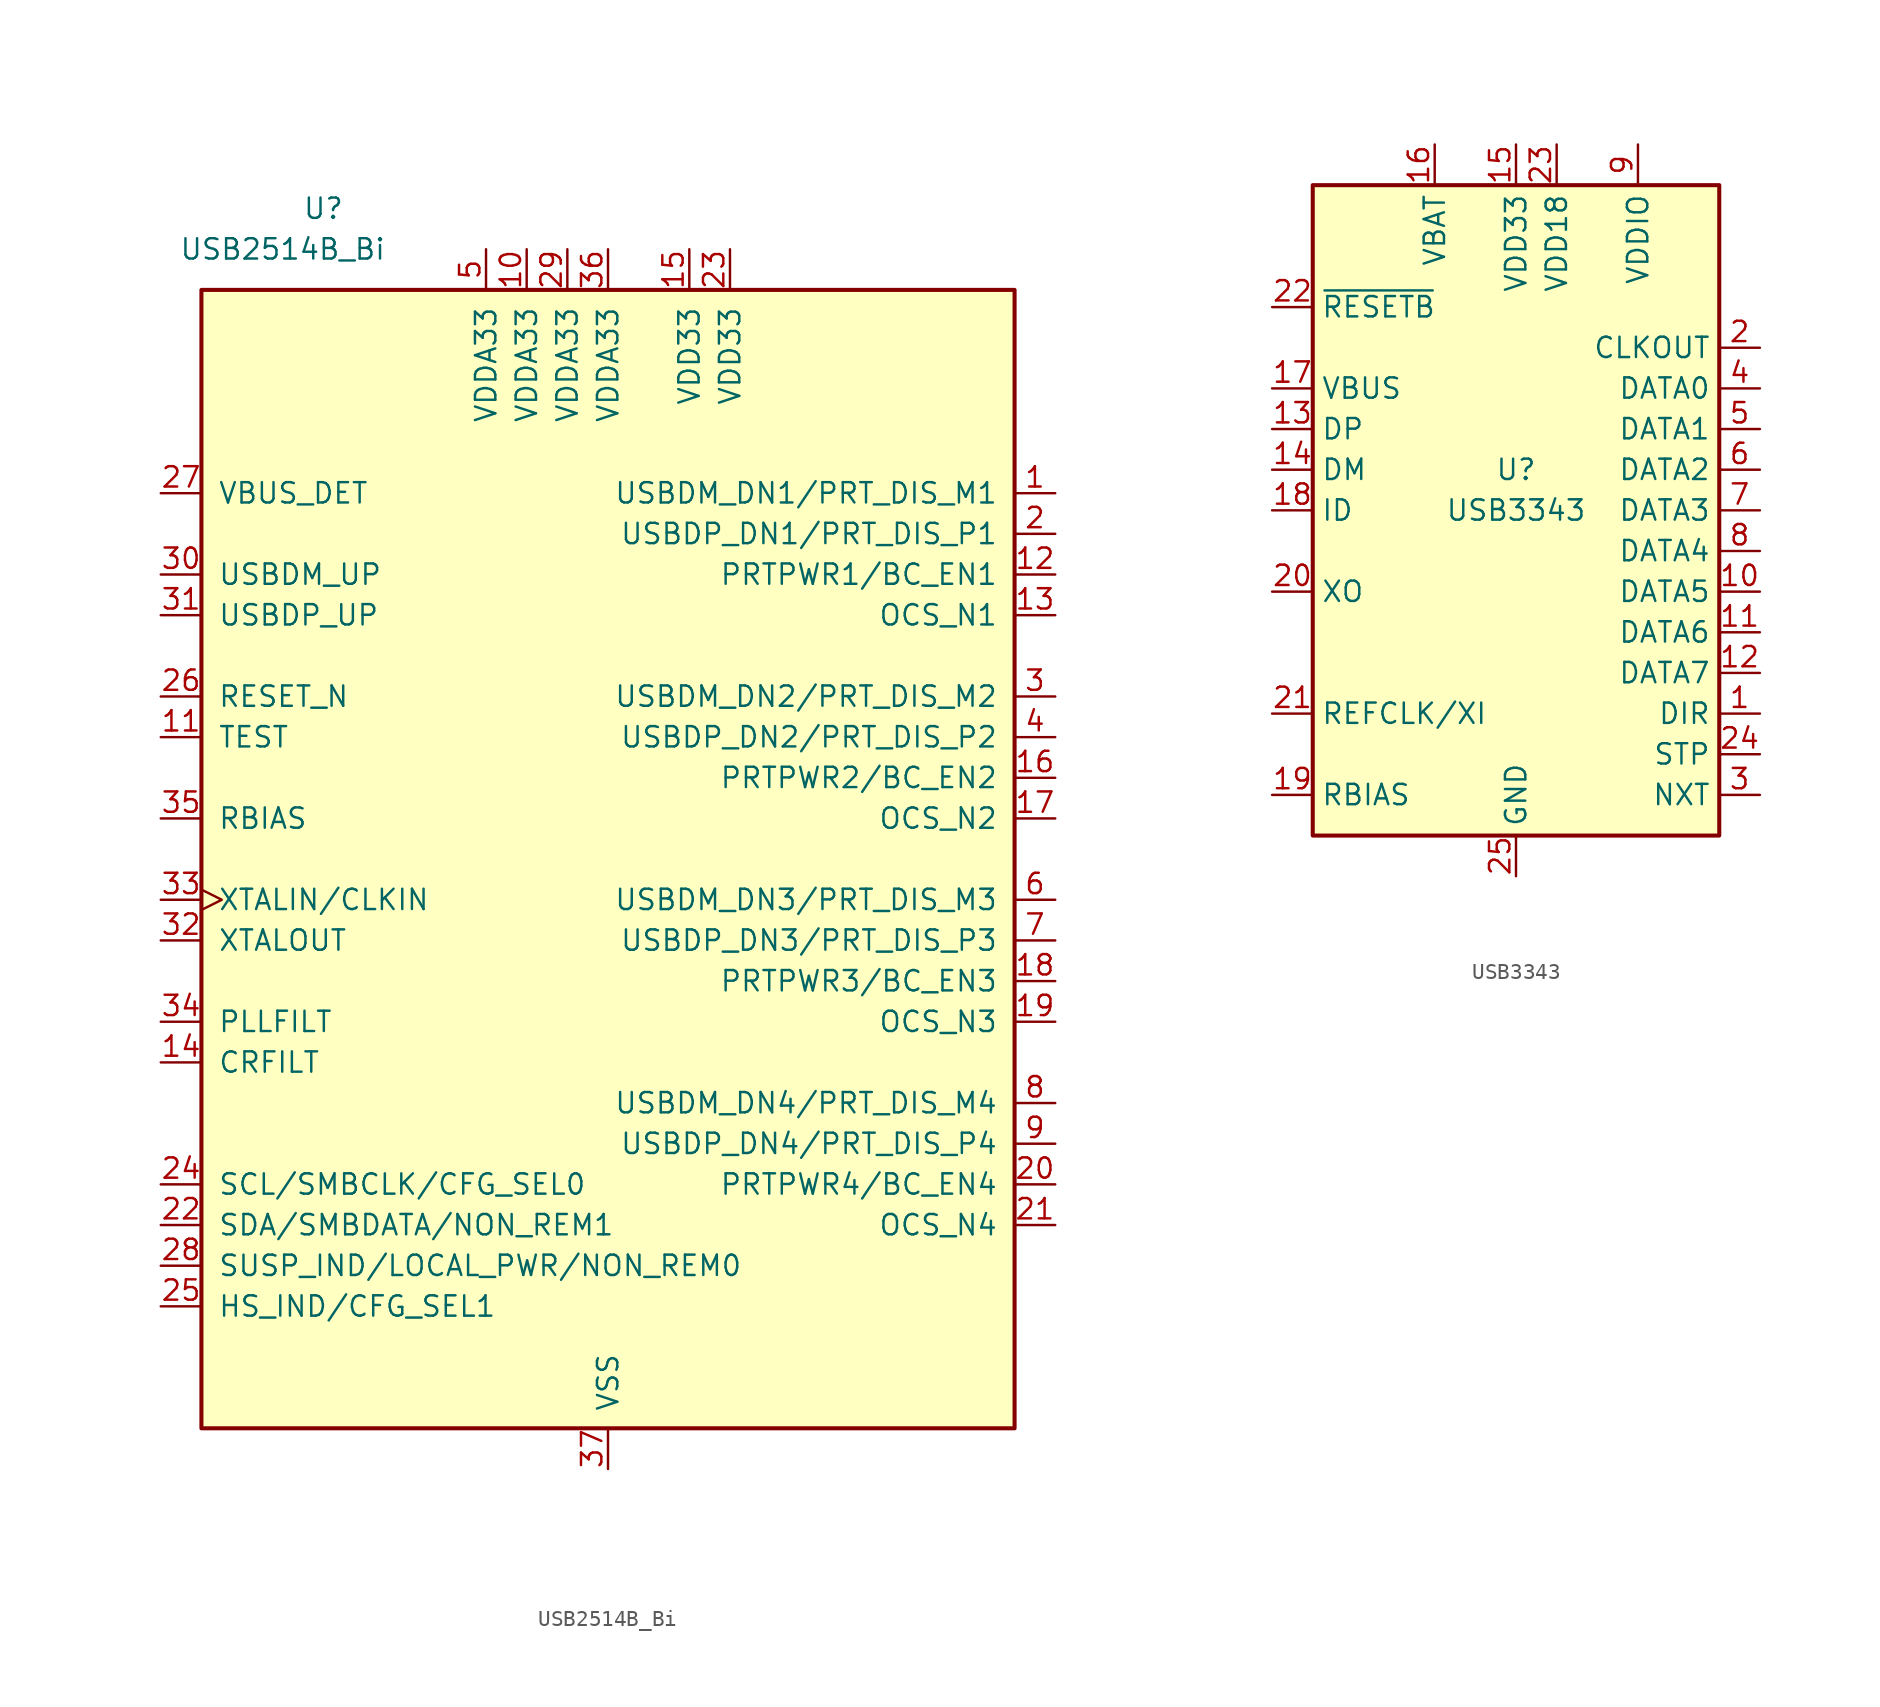
<source format=kicad_sym>
(kicad_symbol_lib
  (version 20211014)
  (generator kicad_symbol_editor)
  (symbol "USB2514B_Bi"
    (pin_names
      (offset 1.016))
    (property "Reference" "U"
      (at -17.78 40.64 0)
      (effects (font (size 1.27 1.27))))
    (property "Value" "USB2514B_Bi"
      (at -20.32 38.1 0)
      (effects (font (size 1.27 1.27))))
    (symbol "USB2514B_Bi_0_1"
      (rectangle (start -25.4 35.56) (end 25.4 -35.56) (stroke (width 0.254) (type default) (color 0 0 0 0)) (fill (type background))))
    (symbol "USB2514B_Bi_1_1"
      (pin bidirectional line (at 27.94 22.86 180) (length 2.54) (name "USBDM_DN1/PRT_DIS_M1" (effects (font (size 1.27 1.27)))) (number "1" (effects (font (size 1.27 1.27)))))
      (pin power_in line (at -5.08 38.1 270) (length 2.54) (name "VDDA33" (effects (font (size 1.27 1.27)))) (number "10" (effects (font (size 1.27 1.27)))))
      (pin input line (at -27.94 7.62 0) (length 2.54) (name "TEST" (effects (font (size 1.27 1.27)))) (number "11" (effects (font (size 1.27 1.27)))))
      (pin bidirectional line (at 27.94 17.78 180) (length 2.54) (name "PRTPWR1/BC_EN1" (effects (font (size 1.27 1.27)))) (number "12" (effects (font (size 1.27 1.27)))))
      (pin input line (at 27.94 15.24 180) (length 2.54) (name "OCS_N1" (effects (font (size 1.27 1.27)))) (number "13" (effects (font (size 1.27 1.27)))))
      (pin input line (at -27.94 -12.7 0) (length 2.54) (name "CRFILT" (effects (font (size 1.27 1.27)))) (number "14" (effects (font (size 1.27 1.27)))))
      (pin power_in line (at 5.08 38.1 270) (length 2.54) (name "VDD33" (effects (font (size 1.27 1.27)))) (number "15" (effects (font (size 1.27 1.27)))))
      (pin bidirectional line (at 27.94 5.08 180) (length 2.54) (name "PRTPWR2/BC_EN2" (effects (font (size 1.27 1.27)))) (number "16" (effects (font (size 1.27 1.27)))))
      (pin input line (at 27.94 2.54 180) (length 2.54) (name "OCS_N2" (effects (font (size 1.27 1.27)))) (number "17" (effects (font (size 1.27 1.27)))))
      (pin bidirectional line (at 27.94 -7.62 180) (length 2.54) (name "PRTPWR3/BC_EN3" (effects (font (size 1.27 1.27)))) (number "18" (effects (font (size 1.27 1.27)))))
      (pin input line (at 27.94 -10.16 180) (length 2.54) (name "OCS_N3" (effects (font (size 1.27 1.27)))) (number "19" (effects (font (size 1.27 1.27)))))
      (pin bidirectional line (at 27.94 20.32 180) (length 2.54) (name "USBDP_DN1/PRT_DIS_P1" (effects (font (size 1.27 1.27)))) (number "2" (effects (font (size 1.27 1.27)))))
      (pin bidirectional line (at 27.94 -20.32 180) (length 2.54) (name "PRTPWR4/BC_EN4" (effects (font (size 1.27 1.27)))) (number "20" (effects (font (size 1.27 1.27)))))
      (pin input line (at 27.94 -22.86 180) (length 2.54) (name "OCS_N4" (effects (font (size 1.27 1.27)))) (number "21" (effects (font (size 1.27 1.27)))))
      (pin bidirectional line (at -27.94 -22.86 0) (length 2.54) (name "SDA/SMBDATA/NON_REM1" (effects (font (size 1.27 1.27)))) (number "22" (effects (font (size 1.27 1.27)))))
      (pin power_in line (at 7.62 38.1 270) (length 2.54) (name "VDD33" (effects (font (size 1.27 1.27)))) (number "23" (effects (font (size 1.27 1.27)))))
      (pin bidirectional line (at -27.94 -20.32 0) (length 2.54) (name "SCL/SMBCLK/CFG_SEL0" (effects (font (size 1.27 1.27)))) (number "24" (effects (font (size 1.27 1.27)))))
      (pin bidirectional line (at -27.94 -27.94 0) (length 2.54) (name "HS_IND/CFG_SEL1" (effects (font (size 1.27 1.27)))) (number "25" (effects (font (size 1.27 1.27)))))
      (pin input line (at -27.94 10.16 0) (length 2.54) (name "RESET_N" (effects (font (size 1.27 1.27)))) (number "26" (effects (font (size 1.27 1.27)))))
      (pin input line (at -27.94 22.86 0) (length 2.54) (name "VBUS_DET" (effects (font (size 1.27 1.27)))) (number "27" (effects (font (size 1.27 1.27)))))
      (pin bidirectional line (at -27.94 -25.4 0) (length 2.54) (name "SUSP_IND/LOCAL_PWR/NON_REM0" (effects (font (size 1.27 1.27)))) (number "28" (effects (font (size 1.27 1.27)))))
      (pin power_in line (at -2.54 38.1 270) (length 2.54) (name "VDDA33" (effects (font (size 1.27 1.27)))) (number "29" (effects (font (size 1.27 1.27)))))
      (pin bidirectional line (at 27.94 10.16 180) (length 2.54) (name "USBDM_DN2/PRT_DIS_M2" (effects (font (size 1.27 1.27)))) (number "3" (effects (font (size 1.27 1.27)))))
      (pin bidirectional line (at -27.94 17.78 0) (length 2.54) (name "USBDM_UP" (effects (font (size 1.27 1.27)))) (number "30" (effects (font (size 1.27 1.27)))))
      (pin bidirectional line (at -27.94 15.24 0) (length 2.54) (name "USBDP_UP" (effects (font (size 1.27 1.27)))) (number "31" (effects (font (size 1.27 1.27)))))
      (pin output line (at -27.94 -5.08 0) (length 2.54) (name "XTALOUT" (effects (font (size 1.27 1.27)))) (number "32" (effects (font (size 1.27 1.27)))))
      (pin input clock (at -27.94 -2.54 0) (length 2.54) (name "XTALIN/CLKIN" (effects (font (size 1.27 1.27)))) (number "33" (effects (font (size 1.27 1.27)))))
      (pin input line (at -27.94 -10.16 0) (length 2.54) (name "PLLFILT" (effects (font (size 1.27 1.27)))) (number "34" (effects (font (size 1.27 1.27)))))
      (pin input line (at -27.94 2.54 0) (length 2.54) (name "RBIAS" (effects (font (size 1.27 1.27)))) (number "35" (effects (font (size 1.27 1.27)))))
      (pin power_in line (at 0 38.1 270) (length 2.54) (name "VDDA33" (effects (font (size 1.27 1.27)))) (number "36" (effects (font (size 1.27 1.27)))))
      (pin power_in line (at 0 -38.1 90) (length 2.54) (name "VSS" (effects (font (size 1.27 1.27)))) (number "37" (effects (font (size 1.27 1.27)))))
      (pin bidirectional line (at 27.94 7.62 180) (length 2.54) (name "USBDP_DN2/PRT_DIS_P2" (effects (font (size 1.27 1.27)))) (number "4" (effects (font (size 1.27 1.27)))))
      (pin power_in line (at -7.62 38.1 270) (length 2.54) (name "VDDA33" (effects (font (size 1.27 1.27)))) (number "5" (effects (font (size 1.27 1.27)))))
      (pin bidirectional line (at 27.94 -2.54 180) (length 2.54) (name "USBDM_DN3/PRT_DIS_M3" (effects (font (size 1.27 1.27)))) (number "6" (effects (font (size 1.27 1.27)))))
      (pin bidirectional line (at 27.94 -5.08 180) (length 2.54) (name "USBDP_DN3/PRT_DIS_P3" (effects (font (size 1.27 1.27)))) (number "7" (effects (font (size 1.27 1.27)))))
      (pin bidirectional line (at 27.94 -15.24 180) (length 2.54) (name "USBDM_DN4/PRT_DIS_M4" (effects (font (size 1.27 1.27)))) (number "8" (effects (font (size 1.27 1.27)))))
      (pin bidirectional line (at 27.94 -17.78 180) (length 2.54) (name "USBDP_DN4/PRT_DIS_P4" (effects (font (size 1.27 1.27)))) (number "9" (effects (font (size 1.27 1.27)))))))
  (symbol "USB3343"
    (property "Reference" "U"
      (at 0 2.54 0)
      (effects (font (size 1.27 1.27))))
    (property "Value" "USB3343"
      (at 0 0 0)
      (effects (font (size 1.27 1.27))))
    (symbol "USB3343_0_1"
      (rectangle (start -12.7 20.32) (end 12.7 -20.32) (stroke (width 0.254) (type default) (color 0 0 0 0)) (fill (type background))))
    (symbol "USB3343_1_1"
      (pin output line (at 15.24 -12.7 180) (length 2.54) (name "DIR" (effects (font (size 1.27 1.27)))) (number "1" (effects (font (size 1.27 1.27)))))
      (pin bidirectional line (at 15.24 -5.08 180) (length 2.54) (name "DATA5" (effects (font (size 1.27 1.27)))) (number "10" (effects (font (size 1.27 1.27)))))
      (pin bidirectional line (at 15.24 -7.62 180) (length 2.54) (name "DATA6" (effects (font (size 1.27 1.27)))) (number "11" (effects (font (size 1.27 1.27)))))
      (pin bidirectional line (at 15.24 -10.16 180) (length 2.54) (name "DATA7" (effects (font (size 1.27 1.27)))) (number "12" (effects (font (size 1.27 1.27)))))
      (pin bidirectional line (at -15.24 5.08 0) (length 2.54) (name "DP" (effects (font (size 1.27 1.27)))) (number "13" (effects (font (size 1.27 1.27)))))
      (pin bidirectional line (at -15.24 2.54 0) (length 2.54) (name "DM" (effects (font (size 1.27 1.27)))) (number "14" (effects (font (size 1.27 1.27)))))
      (pin power_out line (at 0 22.86 270) (length 2.54) (name "VDD33" (effects (font (size 1.27 1.27)))) (number "15" (effects (font (size 1.27 1.27)))))
      (pin power_in line (at -5.08 22.86 270) (length 2.54) (name "VBAT" (effects (font (size 1.27 1.27)))) (number "16" (effects (font (size 1.27 1.27)))))
      (pin input line (at -15.24 7.62 0) (length 2.54) (name "VBUS" (effects (font (size 1.27 1.27)))) (number "17" (effects (font (size 1.27 1.27)))))
      (pin input line (at -15.24 0 0) (length 2.54) (name "ID" (effects (font (size 1.27 1.27)))) (number "18" (effects (font (size 1.27 1.27)))))
      (pin passive line (at -15.24 -17.78 0) (length 2.54) (name "RBIAS" (effects (font (size 1.27 1.27)))) (number "19" (effects (font (size 1.27 1.27)))))
      (pin output line (at 15.24 10.16 180) (length 2.54) (name "CLKOUT" (effects (font (size 1.27 1.27)))) (number "2" (effects (font (size 1.27 1.27)))))
      (pin output line (at -15.24 -5.08 0) (length 2.54) (name "XO" (effects (font (size 1.27 1.27)))) (number "20" (effects (font (size 1.27 1.27)))))
      (pin input line (at -15.24 -12.7 0) (length 2.54) (name "REFCLK/XI" (effects (font (size 1.27 1.27)))) (number "21" (effects (font (size 1.27 1.27)))))
      (pin input line (at -15.24 12.7 0) (length 2.54) (name "~{RESETB}" (effects (font (size 1.27 1.27)))) (number "22" (effects (font (size 1.27 1.27)))))
      (pin power_out line (at 2.54 22.86 270) (length 2.54) (name "VDD18" (effects (font (size 1.27 1.27)))) (number "23" (effects (font (size 1.27 1.27)))))
      (pin input line (at 15.24 -15.24 180) (length 2.54) (name "STP" (effects (font (size 1.27 1.27)))) (number "24" (effects (font (size 1.27 1.27)))))
      (pin power_in line (at 0 -22.86 90) (length 2.54) (name "GND" (effects (font (size 1.27 1.27)))) (number "25" (effects (font (size 1.27 1.27)))))
      (pin output line (at 15.24 -17.78 180) (length 2.54) (name "NXT" (effects (font (size 1.27 1.27)))) (number "3" (effects (font (size 1.27 1.27)))))
      (pin bidirectional line (at 15.24 7.62 180) (length 2.54) (name "DATA0" (effects (font (size 1.27 1.27)))) (number "4" (effects (font (size 1.27 1.27)))))
      (pin bidirectional line (at 15.24 5.08 180) (length 2.54) (name "DATA1" (effects (font (size 1.27 1.27)))) (number "5" (effects (font (size 1.27 1.27)))))
      (pin bidirectional line (at 15.24 2.54 180) (length 2.54) (name "DATA2" (effects (font (size 1.27 1.27)))) (number "6" (effects (font (size 1.27 1.27)))))
      (pin bidirectional line (at 15.24 0 180) (length 2.54) (name "DATA3" (effects (font (size 1.27 1.27)))) (number "7" (effects (font (size 1.27 1.27)))))
      (pin bidirectional line (at 15.24 -2.54 180) (length 2.54) (name "DATA4" (effects (font (size 1.27 1.27)))) (number "8" (effects (font (size 1.27 1.27)))))
      (pin power_in line (at 7.62 22.86 270) (length 2.54) (name "VDDIO" (effects (font (size 1.27 1.27)))) (number "9" (effects (font (size 1.27 1.27))))))))
</source>
